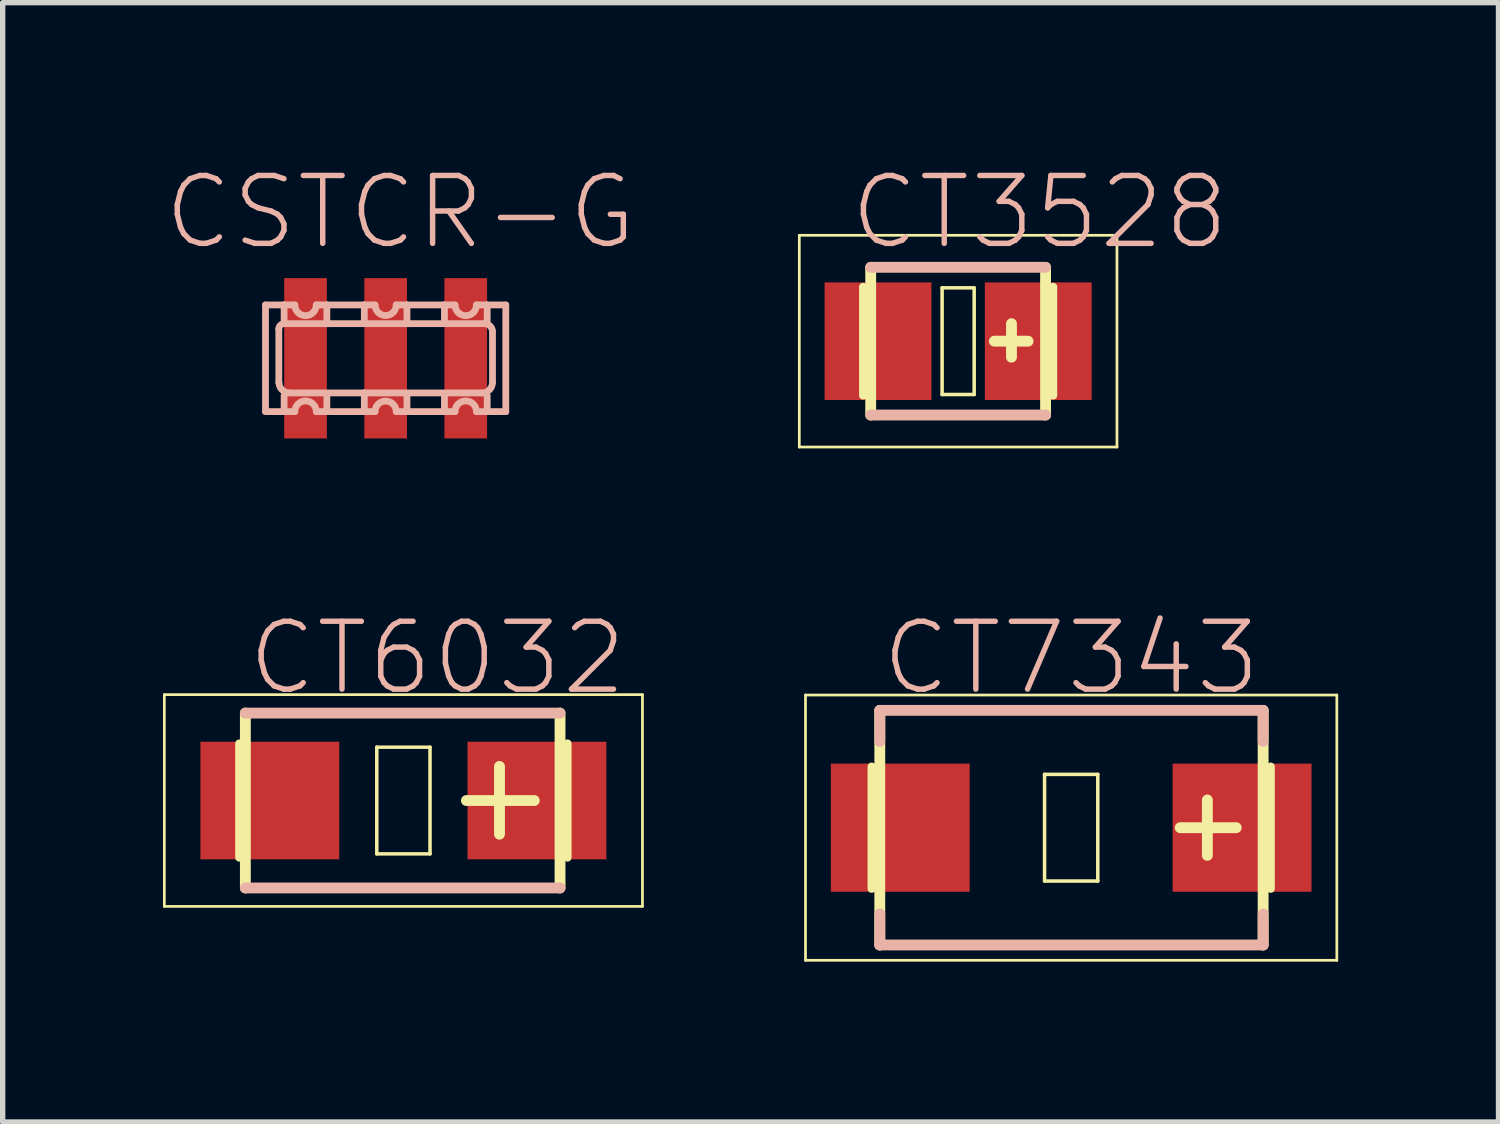
<source format=kicad_pcb>
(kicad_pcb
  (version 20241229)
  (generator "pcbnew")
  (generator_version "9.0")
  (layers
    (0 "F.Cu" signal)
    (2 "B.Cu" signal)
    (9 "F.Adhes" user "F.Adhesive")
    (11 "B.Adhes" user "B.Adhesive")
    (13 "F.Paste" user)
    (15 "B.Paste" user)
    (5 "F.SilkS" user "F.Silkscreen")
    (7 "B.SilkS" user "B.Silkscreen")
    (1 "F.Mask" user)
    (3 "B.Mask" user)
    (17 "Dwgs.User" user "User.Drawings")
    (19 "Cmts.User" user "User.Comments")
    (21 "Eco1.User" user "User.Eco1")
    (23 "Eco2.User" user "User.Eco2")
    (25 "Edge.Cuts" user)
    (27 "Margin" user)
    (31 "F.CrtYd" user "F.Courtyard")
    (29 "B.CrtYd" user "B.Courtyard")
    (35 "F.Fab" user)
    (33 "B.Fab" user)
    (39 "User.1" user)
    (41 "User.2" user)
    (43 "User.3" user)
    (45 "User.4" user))
  (footprint "CSTCR-G"
    (layer "F.Cu")
    (at 4.166 3.654)
    (property "Reference" "CSTCR-G" (at 0.274 -2.733 0) (layer "B.SilkS") (effects (font (size 1.27 1.27) (thickness 0.102))))
    (attr smd)
    (fp_line (start -2.248 -0.998) (end -1.9 -0.998) (stroke (width 0.127) (type solid)) (layer "B.SilkS"))
    (fp_line (start -2.248 0.998) (end -2.248 -0.998) (stroke (width 0.127) (type solid)) (layer "B.SilkS"))
    (fp_line (start -1.999 -0.549) (end -1.999 0.45) (stroke (width 0.127) (type solid)) (layer "B.SilkS"))
    (fp_line (start -1.9 -0.998) (end -1.9 -0.699) (stroke (width 0.127) (type solid)) (layer "B.SilkS"))
    (fp_line (start -1.9 -0.998) (end -1.699 -0.998) (stroke (width 0.127) (type solid)) (layer "B.SilkS"))
    (fp_line (start -1.9 0.699) (end -1.9 0.95) (stroke (width 0.127) (type solid)) (layer "B.SilkS"))
    (fp_line (start -1.798 0.648) (end -0.399 0.648) (stroke (width 0.127) (type solid)) (layer "B.SilkS"))
    (fp_line (start -1.699 0.998) (end -2.248 0.998) (stroke (width 0.127) (type solid)) (layer "B.SilkS"))
    (fp_line (start -1.298 -0.998) (end -1.1 -0.998) (stroke (width 0.127) (type solid)) (layer "B.SilkS"))
    (fp_line (start -1.1 -0.998) (end -1.1 -0.648) (stroke (width 0.127) (type solid)) (layer "B.SilkS"))
    (fp_line (start -1.1 -0.998) (end -0.399 -0.998) (stroke (width 0.127) (type solid)) (layer "B.SilkS"))
    (fp_line (start -1.1 -0.648) (end -1.9 -0.648) (stroke (width 0.127) (type solid)) (layer "B.SilkS"))
    (fp_line (start -1.1 0.699) (end -1.1 0.95) (stroke (width 0.127) (type solid)) (layer "B.SilkS"))
    (fp_line (start -0.399 -0.998) (end -0.399 -0.699) (stroke (width 0.127) (type solid)) (layer "B.SilkS"))
    (fp_line (start -0.399 -0.998) (end -0.198 -0.998) (stroke (width 0.127) (type solid)) (layer "B.SilkS"))
    (fp_line (start -0.399 0.648) (end -0.399 0.95) (stroke (width 0.127) (type solid)) (layer "B.SilkS"))
    (fp_line (start -0.399 0.648) (end 1.798 0.648) (stroke (width 0.127) (type solid)) (layer "B.SilkS"))
    (fp_line (start -0.198 0.998) (end -1.298 0.998) (stroke (width 0.127) (type solid)) (layer "B.SilkS"))
    (fp_line (start 0.198 -0.998) (end 0.399 -0.998) (stroke (width 0.127) (type solid)) (layer "B.SilkS"))
    (fp_line (start 0.399 -0.998) (end 0.399 -0.699) (stroke (width 0.127) (type solid)) (layer "B.SilkS"))
    (fp_line (start 0.399 -0.998) (end 1.1 -0.998) (stroke (width 0.127) (type solid)) (layer "B.SilkS"))
    (fp_line (start 0.399 0.699) (end 0.399 0.95) (stroke (width 0.127) (type solid)) (layer "B.SilkS"))
    (fp_line (start 1.1 -0.998) (end 1.1 -0.699) (stroke (width 0.127) (type solid)) (layer "B.SilkS"))
    (fp_line (start 1.1 -0.998) (end 1.298 -0.998) (stroke (width 0.127) (type solid)) (layer "B.SilkS"))
    (fp_line (start 1.1 0.699) (end 1.1 0.95) (stroke (width 0.127) (type solid)) (layer "B.SilkS"))
    (fp_line (start 1.298 0.998) (end 0.198 0.998) (stroke (width 0.127) (type solid)) (layer "B.SilkS"))
    (fp_line (start 1.699 -0.998) (end 1.9 -0.998) (stroke (width 0.127) (type solid)) (layer "B.SilkS"))
    (fp_line (start 1.849 -0.648) (end -1.1 -0.648) (stroke (width 0.127) (type solid)) (layer "B.SilkS"))
    (fp_line (start 1.9 -0.998) (end 1.9 -0.699) (stroke (width 0.127) (type solid)) (layer "B.SilkS"))
    (fp_line (start 1.9 -0.998) (end 2.248 -0.998) (stroke (width 0.127) (type solid)) (layer "B.SilkS"))
    (fp_line (start 1.9 0.699) (end 1.9 0.95) (stroke (width 0.127) (type solid)) (layer "B.SilkS"))
    (fp_line (start 1.999 0.45) (end 1.999 -0.498) (stroke (width 0.127) (type solid)) (layer "B.SilkS"))
    (fp_line (start 2.248 -0.998) (end 2.248 0.998) (stroke (width 0.127) (type solid)) (layer "B.SilkS"))
    (fp_line (start 2.248 0.998) (end 1.699 0.998) (stroke (width 0.127) (type solid)) (layer "B.SilkS"))
    (fp_arc (start -1.99898 -0.54864) (mid -1.969966 -0.618686) (end -1.89992 -0.6477) (stroke (width 0.127) (type solid)) (layer "B.SilkS"))
    (fp_arc (start -1.79832 0.6477) (mid -1.938412 0.589672) (end -1.99644 0.44958) (stroke (width 0.127) (type solid)) (layer "B.SilkS"))
    (fp_arc (start -1.69926 0.99822) (mid -1.4986 0.79756) (end -1.29794 0.99822) (stroke (width 0.127) (type solid)) (layer "B.SilkS"))
    (fp_arc (start -1.29794 -0.99822) (mid -1.4986 -0.79756) (end -1.69926 -0.99822) (stroke (width 0.127) (type solid)) (layer "B.SilkS"))
    (fp_arc (start -0.19812 0.99822) (mid 0 0.8001) (end 0.19812 0.99822) (stroke (width 0.127) (type solid)) (layer "B.SilkS"))
    (fp_arc (start 0.19812 -0.99822) (mid 0 -0.8001) (end -0.19812 -0.99822) (stroke (width 0.127) (type solid)) (layer "B.SilkS"))
    (fp_arc (start 1.29794 0.99822) (mid 1.4986 0.79756) (end 1.69926 0.99822) (stroke (width 0.127) (type solid)) (layer "B.SilkS"))
    (fp_arc (start 1.69926 -0.99822) (mid 1.4986 -0.79756) (end 1.29794 -0.99822) (stroke (width 0.127) (type solid)) (layer "B.SilkS"))
    (fp_arc (start 1.84912 -0.6477) (mid 1.955087 -0.603807) (end 1.99898 -0.49784) (stroke (width 0.127) (type solid)) (layer "B.SilkS"))
    (fp_arc (start 1.99898 0.44958) (mid 1.940208 0.591468) (end 1.79832 0.65024) (stroke (width 0.127) (type solid)) (layer "B.SilkS"))
    (pad "1" smd rect (at -1.499 0 90) (size 3 0.798) (layers "F.Cu" "F.Mask" "F.Paste"))
    (pad "2" smd rect (at 0 0 90) (size 3 0.798) (layers "F.Cu" "F.Mask" "F.Paste"))
    (pad "3" smd rect (at 1.499 0 90) (size 3 0.798) (layers "F.Cu" "F.Mask" "F.Paste")))
  (footprint "CT6032"
    (layer "F.Cu")
    (at 4.498 11.929)
    (property "Reference" "CT6032" (at 0.635 -2.667 0) (layer "B.SilkS") (effects (font (size 1.27 1.27) (thickness 0.102))))
    (attr smd)
    (fp_line (start -4.473 -1.981) (end 4.473 -1.981) (stroke (width 0.051) (type solid)) (layer "F.SilkS"))
    (fp_line (start -4.473 1.981) (end -4.473 -1.981) (stroke (width 0.051) (type solid)) (layer "F.SilkS"))
    (fp_line (start -3.071 1.067) (end -3.071 -1.067) (stroke (width 0.152) (type solid)) (layer "F.SilkS"))
    (fp_line (start -2.957 -1.636) (end -2.957 1.636) (stroke (width 0.203) (type solid)) (layer "F.SilkS"))
    (fp_line (start -0.498 -0.998) (end 0.498 -0.998) (stroke (width 0.066) (type solid)) (layer "F.SilkS"))
    (fp_line (start -0.498 0.998) (end -0.498 -0.998) (stroke (width 0.066) (type solid)) (layer "F.SilkS"))
    (fp_line (start -0.498 0.998) (end 0.498 0.998) (stroke (width 0.066) (type solid)) (layer "F.SilkS"))
    (fp_line (start 0.498 0.998) (end 0.498 -0.998) (stroke (width 0.066) (type solid)) (layer "F.SilkS"))
    (fp_line (start 1.179 0) (end 2.449 0) (stroke (width 0.203) (type solid)) (layer "F.SilkS"))
    (fp_line (start 1.798 0.63) (end 1.798 -0.638) (stroke (width 0.203) (type solid)) (layer "F.SilkS"))
    (fp_line (start 2.931 -1.636) (end 2.931 1.636) (stroke (width 0.203) (type solid)) (layer "F.SilkS"))
    (fp_line (start 3.071 1.067) (end 3.071 -1.067) (stroke (width 0.152) (type solid)) (layer "F.SilkS"))
    (fp_line (start 4.473 -1.981) (end 4.473 1.981) (stroke (width 0.051) (type solid)) (layer "F.SilkS"))
    (fp_line (start 4.473 1.981) (end -4.473 1.981) (stroke (width 0.051) (type solid)) (layer "F.SilkS"))
    (fp_line (start -2.957 -1.636) (end 2.931 -1.636) (stroke (width 0.203) (type solid)) (layer "B.SilkS"))
    (fp_line (start -2.957 1.636) (end 2.931 1.636) (stroke (width 0.203) (type solid)) (layer "B.SilkS"))
    (pad "+" smd rect (at 2.499 0) (size 2.598 2.2) (layers "F.Cu" "F.Mask" "F.Paste"))
    (pad "-" smd rect (at -2.499 0) (size 2.598 2.2) (layers "F.Cu" "F.Mask" "F.Paste")))
  (footprint "CT7343"
    (layer "F.Cu")
    (at 16.993 12.437)
    (property "Reference" "CT7343" (at 0 -3.175 0) (layer "B.SilkS") (effects (font (size 1.27 1.27) (thickness 0.102))))
    (attr smd)
    (fp_line (start -4.971 -2.482) (end 4.971 -2.482) (stroke (width 0.051) (type solid)) (layer "F.SilkS"))
    (fp_line (start -4.971 2.482) (end -4.971 -2.482) (stroke (width 0.051) (type solid)) (layer "F.SilkS"))
    (fp_line (start -3.734 1.143) (end -3.734 -1.143) (stroke (width 0.152) (type solid)) (layer "F.SilkS"))
    (fp_line (start -3.581 -2.195) (end -3.581 2.195) (stroke (width 0.203) (type solid)) (layer "F.SilkS"))
    (fp_line (start -0.498 -0.998) (end 0.498 -0.998) (stroke (width 0.066) (type solid)) (layer "F.SilkS"))
    (fp_line (start -0.498 0.998) (end -0.498 -0.998) (stroke (width 0.066) (type solid)) (layer "F.SilkS"))
    (fp_line (start -0.498 0.998) (end 0.498 0.998) (stroke (width 0.066) (type solid)) (layer "F.SilkS"))
    (fp_line (start 0.498 0.998) (end 0.498 -0.998) (stroke (width 0.066) (type solid)) (layer "F.SilkS"))
    (fp_line (start 2.04 0) (end 3.089 0) (stroke (width 0.203) (type solid)) (layer "F.SilkS"))
    (fp_line (start 2.548 0.518) (end 2.548 -0.518) (stroke (width 0.203) (type solid)) (layer "F.SilkS"))
    (fp_line (start 3.592 -2.195) (end 3.592 2.195) (stroke (width 0.203) (type solid)) (layer "F.SilkS"))
    (fp_line (start 3.734 1.143) (end 3.734 -1.143) (stroke (width 0.152) (type solid)) (layer "F.SilkS"))
    (fp_line (start 4.971 -2.482) (end 4.971 2.482) (stroke (width 0.051) (type solid)) (layer "F.SilkS"))
    (fp_line (start 4.971 2.482) (end -4.971 2.482) (stroke (width 0.051) (type solid)) (layer "F.SilkS"))
    (fp_line (start -3.581 -2.195) (end -3.581 -1.613) (stroke (width 0.203) (type solid)) (layer "B.SilkS"))
    (fp_line (start -3.581 -2.195) (end 3.592 -2.195) (stroke (width 0.203) (type solid)) (layer "B.SilkS"))
    (fp_line (start -3.581 1.613) (end -3.581 2.195) (stroke (width 0.203) (type solid)) (layer "B.SilkS"))
    (fp_line (start -3.581 2.195) (end 3.592 2.195) (stroke (width 0.203) (type solid)) (layer "B.SilkS"))
    (fp_line (start 3.592 -2.195) (end 3.592 -1.613) (stroke (width 0.203) (type solid)) (layer "B.SilkS"))
    (fp_line (start 3.592 1.613) (end 3.592 2.195) (stroke (width 0.203) (type solid)) (layer "B.SilkS"))
    (pad "+" smd rect (at 3.198 0) (size 2.598 2.398) (layers "F.Cu" "F.Mask" "F.Paste"))
    (pad "-" smd rect (at -3.198 0) (size 2.598 2.398) (layers "F.Cu" "F.Mask" "F.Paste")))
  (footprint "CT3528"
    (layer "F.Cu")
    (at 14.878 3.334)
    (property "Reference" "CT3528" (at 1.524 -2.413 0) (layer "B.SilkS") (effects (font (size 1.27 1.27) (thickness 0.102))))
    (attr smd)
    (fp_line (start -2.972 -1.981) (end 2.972 -1.981) (stroke (width 0.051) (type solid)) (layer "F.SilkS"))
    (fp_line (start -2.972 1.981) (end -2.972 -1.981) (stroke (width 0.051) (type solid)) (layer "F.SilkS"))
    (fp_line (start -1.778 1.016) (end -1.778 -1.016) (stroke (width 0.152) (type solid)) (layer "F.SilkS"))
    (fp_line (start -1.636 -1.382) (end -1.636 1.382) (stroke (width 0.203) (type solid)) (layer "F.SilkS"))
    (fp_line (start -0.3 -0.998) (end 0.3 -0.998) (stroke (width 0.066) (type solid)) (layer "F.SilkS"))
    (fp_line (start -0.3 0.998) (end -0.3 -0.998) (stroke (width 0.066) (type solid)) (layer "F.SilkS"))
    (fp_line (start -0.3 0.998) (end 0.3 0.998) (stroke (width 0.066) (type solid)) (layer "F.SilkS"))
    (fp_line (start 0.3 0.998) (end 0.3 -0.998) (stroke (width 0.066) (type solid)) (layer "F.SilkS"))
    (fp_line (start 0.678 0) (end 1.308 0) (stroke (width 0.203) (type solid)) (layer "F.SilkS"))
    (fp_line (start 0.998 0.3) (end 0.998 -0.328) (stroke (width 0.203) (type solid)) (layer "F.SilkS"))
    (fp_line (start 1.636 -1.382) (end 1.636 1.382) (stroke (width 0.203) (type solid)) (layer "F.SilkS"))
    (fp_line (start 1.778 1.016) (end 1.778 -1.016) (stroke (width 0.152) (type solid)) (layer "F.SilkS"))
    (fp_line (start 2.972 -1.981) (end 2.972 1.981) (stroke (width 0.051) (type solid)) (layer "F.SilkS"))
    (fp_line (start 2.972 1.981) (end -2.972 1.981) (stroke (width 0.051) (type solid)) (layer "F.SilkS"))
    (fp_line (start -1.636 -1.382) (end 1.636 -1.382) (stroke (width 0.203) (type solid)) (layer "B.SilkS"))
    (fp_line (start -1.636 1.382) (end 1.636 1.382) (stroke (width 0.203) (type solid)) (layer "B.SilkS"))
    (pad "+" smd rect (at 1.499 0) (size 1.999 2.2) (layers "F.Cu" "F.Mask" "F.Paste"))
    (pad "-" smd rect (at -1.499 0) (size 1.999 2.2) (layers "F.Cu" "F.Mask" "F.Paste")))
  (gr_rect
    (start -3 -3)
    (end 24.989 17.944)
    (stroke (width 0.1) (type default))
    (fill no)
    (layer "Edge.Cuts")))
</source>
